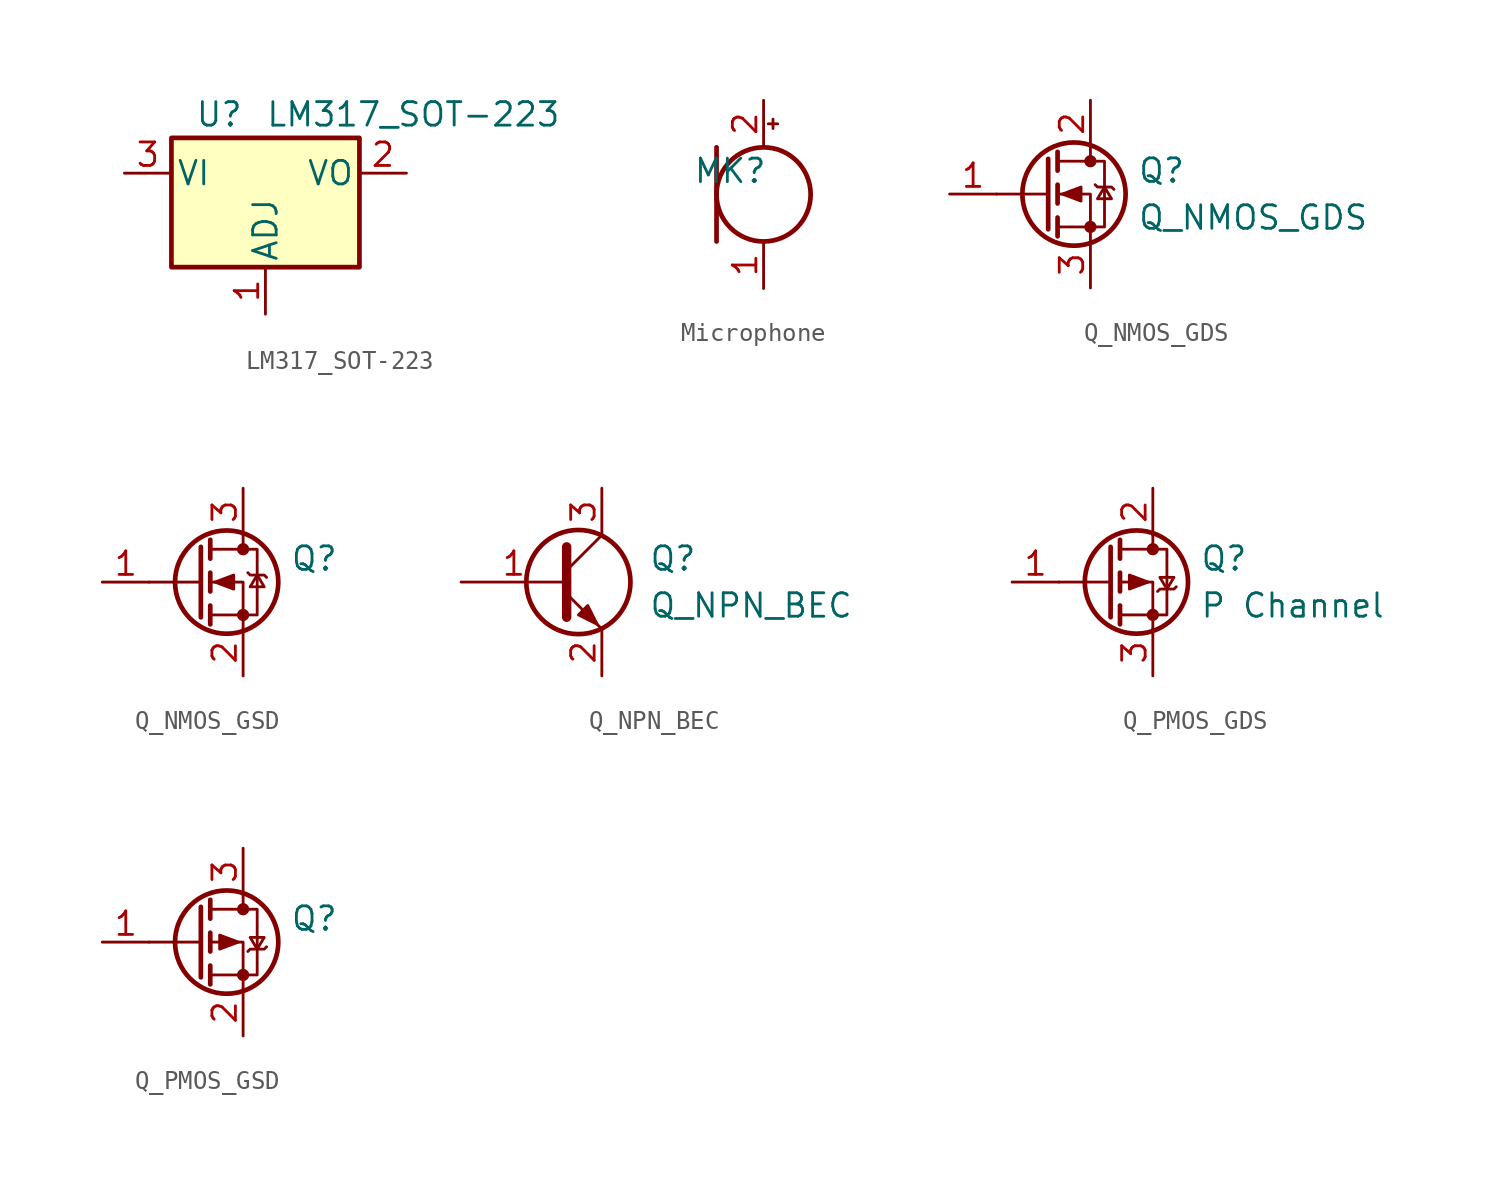
<source format=kicad_sym>
(kicad_symbol_lib
  (version 20220914)
  (generator kicad_symbol_editor)
  (symbol "LM317_SOT-223"
    (pin_names
      (offset 0.254))
    (property "Reference" "U"
      (at -3.81 3.175 0)
      (effects (font (size 1.27 1.27)) (justify left)))
    (property "Value" "LM317_SOT-223"
      (at 0 3.175 0)
      (effects (font (size 1.27 1.27)) (justify left)))
    (property "Manufacturer" ""
      (at 0 0 0)
      (effects (font (size 1.27 1.27)) (justify left)))
    (property "Manufacturer Part Number" ""
      (at 0 0 0)
      (effects (font (size 1.27 1.27)) (justify left)))
    (symbol "LM317_SOT-223_0_1"
      (rectangle (start -5.08 1.905) (end 5.08 -5.08) (stroke (width 0.254) (type default)) (fill (type background))))
    (symbol "LM317_SOT-223_1_1"
      (pin input line (at 0 -7.62 90) (length 2.54) (name "ADJ" (effects (font (size 1.27 1.27)))) (number "1" (effects (font (size 1.27 1.27)))))
      (pin power_out line (at 7.62 0 180) (length 2.54) (name "VO" (effects (font (size 1.27 1.27)))) (number "2" (effects (font (size 1.27 1.27)))))
      (pin power_in line (at -7.62 0 0) (length 2.54) (name "VI" (effects (font (size 1.27 1.27)))) (number "3" (effects (font (size 1.27 1.27)))))))
  (symbol "Microphone"
    (pin_names
      (offset 0.025) hide)
    (property "Reference" "MK"
      (at -3.81 1.27 0)
      (effects (font (size 1.27 1.27)) (justify left)))
    (property "Manufacturer" ""
      (at 0 0 0)
      (effects (font (size 1.27 1.27))))
    (property "Manufacturer Part Number" ""
      (at 0 0 0)
      (effects (font (size 1.27 1.27))))
    (symbol "Microphone_0_1"
      (polyline (pts (xy -2.54 2.54) (xy -2.54 -2.54)) (stroke (width 0.254) (type default)) (fill (type none)))
      (polyline (pts (xy 0.254 3.81) (xy 0.762 3.81)) (stroke (width 0) (type default)) (fill (type none)))
      (polyline (pts (xy 0.508 4.064) (xy 0.508 3.556)) (stroke (width 0) (type default)) (fill (type none)))
      (circle (center 0 0) (radius 2.54) (stroke (width 0.254) (type default)) (fill (type none))))
    (symbol "Microphone_1_1"
      (pin passive line (at 0 -5.08 90) (length 2.54) (name "-" (effects (font (size 1.27 1.27)))) (number "1" (effects (font (size 1.27 1.27)))))
      (pin passive line (at 0 5.08 270) (length 2.54) (name "+" (effects (font (size 1.27 1.27)))) (number "2" (effects (font (size 1.27 1.27)))))))
  (symbol "Q_NMOS_GDS"
    (pin_names
      (offset 0) hide)
    (property "Reference" "Q"
      (at 5.08 1.27 0)
      (effects (font (size 1.27 1.27)) (justify left)))
    (property "Value" "Q_NMOS_GDS"
      (at 5.08 -1.27 0)
      (effects (font (size 1.27 1.27)) (justify left)))
    (property "Current" ""
      (at 0 0 0)
      (effects (font (size 1.27 1.27)) (justify left)))
    (symbol "Q_NMOS_GDS_0_1"
      (polyline (pts (xy 0.254 0) (xy -2.54 0)) (stroke (width 0) (type default)) (fill (type none)))
      (polyline (pts (xy 0.254 1.905) (xy 0.254 -1.905)) (stroke (width 0.254) (type default)) (fill (type none)))
      (polyline (pts (xy 0.762 -1.27) (xy 0.762 -2.286)) (stroke (width 0.254) (type default)) (fill (type none)))
      (polyline (pts (xy 0.762 0.508) (xy 0.762 -0.508)) (stroke (width 0.254) (type default)) (fill (type none)))
      (polyline (pts (xy 0.762 2.286) (xy 0.762 1.27)) (stroke (width 0.254) (type default)) (fill (type none)))
      (polyline (pts (xy 2.54 2.54) (xy 2.54 1.778)) (stroke (width 0) (type default)) (fill (type none)))
      (polyline (pts (xy 2.54 -2.54) (xy 2.54 0) (xy 0.762 0)) (stroke (width 0) (type default)) (fill (type none)))
      (polyline (pts (xy 0.762 -1.778) (xy 3.302 -1.778) (xy 3.302 1.778) (xy 0.762 1.778)) (stroke (width 0) (type default)) (fill (type none)))
      (polyline (pts (xy 1.016 0) (xy 2.032 0.381) (xy 2.032 -0.381) (xy 1.016 0)) (stroke (width 0) (type default)) (fill (type outline)))
      (polyline (pts (xy 2.794 0.508) (xy 2.921 0.381) (xy 3.683 0.381) (xy 3.81 0.254)) (stroke (width 0) (type default)) (fill (type none)))
      (polyline (pts (xy 3.302 0.381) (xy 2.921 -0.254) (xy 3.683 -0.254) (xy 3.302 0.381)) (stroke (width 0) (type default)) (fill (type none)))
      (circle (center 1.651 0) (radius 2.794) (stroke (width 0.254) (type default)) (fill (type none)))
      (circle (center 2.54 -1.778) (radius 0.254) (stroke (width 0) (type default)) (fill (type outline)))
      (circle (center 2.54 1.778) (radius 0.254) (stroke (width 0) (type default)) (fill (type outline))))
    (symbol "Q_NMOS_GDS_1_1"
      (pin input line (at -5.08 0 0) (length 2.54) (name "G" (effects (font (size 1.27 1.27)))) (number "1" (effects (font (size 1.27 1.27)))))
      (pin passive line (at 2.54 5.08 270) (length 2.54) (name "D" (effects (font (size 1.27 1.27)))) (number "2" (effects (font (size 1.27 1.27)))))
      (pin passive line (at 2.54 -5.08 90) (length 2.54) (name "S" (effects (font (size 1.27 1.27)))) (number "3" (effects (font (size 1.27 1.27)))))))
  (symbol "Q_NMOS_GSD"
    (pin_names
      (offset 0) hide)
    (property "Reference" "Q"
      (at 5.08 1.27 0)
      (effects (font (size 1.27 1.27)) (justify left)))
    (property "Manufacturer" ""
      (at 0 0 0)
      (effects (font (size 1.27 1.27)) (justify left)))
    (property "Manufacturer Part Number" ""
      (at 0 0 0)
      (effects (font (size 1.27 1.27)) (justify left)))
    (symbol "Q_NMOS_GSD_0_1"
      (polyline (pts (xy 0.254 0) (xy -2.54 0)) (stroke (width 0) (type default)) (fill (type none)))
      (polyline (pts (xy 0.254 1.905) (xy 0.254 -1.905)) (stroke (width 0.254) (type default)) (fill (type none)))
      (polyline (pts (xy 0.762 -1.27) (xy 0.762 -2.286)) (stroke (width 0.254) (type default)) (fill (type none)))
      (polyline (pts (xy 0.762 0.508) (xy 0.762 -0.508)) (stroke (width 0.254) (type default)) (fill (type none)))
      (polyline (pts (xy 0.762 2.286) (xy 0.762 1.27)) (stroke (width 0.254) (type default)) (fill (type none)))
      (polyline (pts (xy 2.54 2.54) (xy 2.54 1.778)) (stroke (width 0) (type default)) (fill (type none)))
      (polyline (pts (xy 2.54 -2.54) (xy 2.54 0) (xy 0.762 0)) (stroke (width 0) (type default)) (fill (type none)))
      (polyline (pts (xy 0.762 -1.778) (xy 3.302 -1.778) (xy 3.302 1.778) (xy 0.762 1.778)) (stroke (width 0) (type default)) (fill (type none)))
      (polyline (pts (xy 1.016 0) (xy 2.032 0.381) (xy 2.032 -0.381) (xy 1.016 0)) (stroke (width 0) (type default)) (fill (type outline)))
      (polyline (pts (xy 2.794 0.508) (xy 2.921 0.381) (xy 3.683 0.381) (xy 3.81 0.254)) (stroke (width 0) (type default)) (fill (type none)))
      (polyline (pts (xy 3.302 0.381) (xy 2.921 -0.254) (xy 3.683 -0.254) (xy 3.302 0.381)) (stroke (width 0) (type default)) (fill (type none)))
      (circle (center 1.651 0) (radius 2.794) (stroke (width 0.254) (type default)) (fill (type none)))
      (circle (center 2.54 -1.778) (radius 0.254) (stroke (width 0) (type default)) (fill (type outline)))
      (circle (center 2.54 1.778) (radius 0.254) (stroke (width 0) (type default)) (fill (type outline))))
    (symbol "Q_NMOS_GSD_1_1"
      (pin input line (at -5.08 0 0) (length 2.54) (name "G" (effects (font (size 1.27 1.27)))) (number "1" (effects (font (size 1.27 1.27)))))
      (pin passive line (at 2.54 -5.08 90) (length 2.54) (name "S" (effects (font (size 1.27 1.27)))) (number "2" (effects (font (size 1.27 1.27)))))
      (pin passive line (at 2.54 5.08 270) (length 2.54) (name "D" (effects (font (size 1.27 1.27)))) (number "3" (effects (font (size 1.27 1.27)))))))
  (symbol "Q_NPN_BEC"
    (pin_names
      (offset 0) hide)
    (property "Reference" "Q"
      (at 5.08 1.27 0)
      (effects (font (size 1.27 1.27)) (justify left)))
    (property "Value" "Q_NPN_BEC"
      (at 5.08 -1.27 0)
      (effects (font (size 1.27 1.27)) (justify left)))
    (property "Current" ""
      (at 0 0 0)
      (effects (font (size 1.27 1.27)) (justify left)))
    (property "Break Down Voltage" ""
      (at 0 0 0)
      (effects (font (size 1.27 1.27)) (justify left)))
    (symbol "Q_NPN_BEC_0_1"
      (polyline (pts (xy 0.635 0.635) (xy 2.54 2.54)) (stroke (width 0) (type default)) (fill (type none)))
      (polyline (pts (xy 0.635 -0.635) (xy 2.54 -2.54) (xy 2.54 -2.54)) (stroke (width 0) (type default)) (fill (type none)))
      (polyline (pts (xy 0.635 1.905) (xy 0.635 -1.905) (xy 0.635 -1.905)) (stroke (width 0.508) (type default)) (fill (type none)))
      (polyline (pts (xy 1.27 -1.778) (xy 1.778 -1.27) (xy 2.286 -2.286) (xy 1.27 -1.778) (xy 1.27 -1.778)) (stroke (width 0) (type default)) (fill (type outline)))
      (circle (center 1.27 0) (radius 2.819) (stroke (width 0.254) (type default)) (fill (type none))))
    (symbol "Q_NPN_BEC_1_1"
      (pin input line (at -5.08 0 0) (length 5.715) (name "B" (effects (font (size 1.27 1.27)))) (number "1" (effects (font (size 1.27 1.27)))))
      (pin passive line (at 2.54 -5.08 90) (length 2.54) (name "E" (effects (font (size 1.27 1.27)))) (number "2" (effects (font (size 1.27 1.27)))))
      (pin passive line (at 2.54 5.08 270) (length 2.54) (name "C" (effects (font (size 1.27 1.27)))) (number "3" (effects (font (size 1.27 1.27)))))))
  (symbol "Q_PMOS_GDS"
    (pin_names
      (offset 0) hide)
    (property "Reference" "Q"
      (at 5.08 1.27 0)
      (effects (font (size 1.27 1.27)) (justify left)))
    (property "Value" "P Channel"
      (at 5.08 -1.27 0)
      (effects (font (size 1.27 1.27)) (justify left)))
    (property "Current" ""
      (at 0 0 0)
      (effects (font (size 1.27 1.27)) (justify left)))
    (symbol "Q_PMOS_GDS_0_1"
      (polyline (pts (xy 0.254 0) (xy -2.54 0)) (stroke (width 0) (type default)) (fill (type none)))
      (polyline (pts (xy 0.254 1.905) (xy 0.254 -1.905)) (stroke (width 0.254) (type default)) (fill (type none)))
      (polyline (pts (xy 0.762 -1.27) (xy 0.762 -2.286)) (stroke (width 0.254) (type default)) (fill (type none)))
      (polyline (pts (xy 0.762 0.508) (xy 0.762 -0.508)) (stroke (width 0.254) (type default)) (fill (type none)))
      (polyline (pts (xy 0.762 2.286) (xy 0.762 1.27)) (stroke (width 0.254) (type default)) (fill (type none)))
      (polyline (pts (xy 2.54 2.54) (xy 2.54 1.778)) (stroke (width 0) (type default)) (fill (type none)))
      (polyline (pts (xy 2.54 -2.54) (xy 2.54 0) (xy 0.762 0)) (stroke (width 0) (type default)) (fill (type none)))
      (polyline (pts (xy 0.762 1.778) (xy 3.302 1.778) (xy 3.302 -1.778) (xy 0.762 -1.778)) (stroke (width 0) (type default)) (fill (type none)))
      (polyline (pts (xy 2.286 0) (xy 1.27 0.381) (xy 1.27 -0.381) (xy 2.286 0)) (stroke (width 0) (type default)) (fill (type outline)))
      (polyline (pts (xy 2.794 -0.508) (xy 2.921 -0.381) (xy 3.683 -0.381) (xy 3.81 -0.254)) (stroke (width 0) (type default)) (fill (type none)))
      (polyline (pts (xy 3.302 -0.381) (xy 2.921 0.254) (xy 3.683 0.254) (xy 3.302 -0.381)) (stroke (width 0) (type default)) (fill (type none)))
      (circle (center 1.651 0) (radius 2.794) (stroke (width 0.254) (type default)) (fill (type none)))
      (circle (center 2.54 -1.778) (radius 0.254) (stroke (width 0) (type default)) (fill (type outline)))
      (circle (center 2.54 1.778) (radius 0.254) (stroke (width 0) (type default)) (fill (type outline))))
    (symbol "Q_PMOS_GDS_1_1"
      (pin input line (at -5.08 0 0) (length 2.54) (name "G" (effects (font (size 1.27 1.27)))) (number "1" (effects (font (size 1.27 1.27)))))
      (pin passive line (at 2.54 5.08 270) (length 2.54) (name "D" (effects (font (size 1.27 1.27)))) (number "2" (effects (font (size 1.27 1.27)))))
      (pin passive line (at 2.54 -5.08 90) (length 2.54) (name "S" (effects (font (size 1.27 1.27)))) (number "3" (effects (font (size 1.27 1.27)))))))
  (symbol "Q_PMOS_GSD"
    (pin_names
      (offset 0) hide)
    (property "Reference" "Q"
      (at 5.08 1.27 0)
      (effects (font (size 1.27 1.27)) (justify left)))
    (property "Manufacturer" ""
      (at 0 0 0)
      (effects (font (size 1.27 1.27)) (justify left)))
    (property "Manufacturer Part Number" ""
      (at 0 0 0)
      (effects (font (size 1.27 1.27)) (justify left)))
    (symbol "Q_PMOS_GSD_0_1"
      (polyline (pts (xy 0.254 0) (xy -2.54 0)) (stroke (width 0) (type default)) (fill (type none)))
      (polyline (pts (xy 0.254 1.905) (xy 0.254 -1.905)) (stroke (width 0.254) (type default)) (fill (type none)))
      (polyline (pts (xy 0.762 -1.27) (xy 0.762 -2.286)) (stroke (width 0.254) (type default)) (fill (type none)))
      (polyline (pts (xy 0.762 0.508) (xy 0.762 -0.508)) (stroke (width 0.254) (type default)) (fill (type none)))
      (polyline (pts (xy 0.762 2.286) (xy 0.762 1.27)) (stroke (width 0.254) (type default)) (fill (type none)))
      (polyline (pts (xy 2.54 2.54) (xy 2.54 1.778)) (stroke (width 0) (type default)) (fill (type none)))
      (polyline (pts (xy 2.54 -2.54) (xy 2.54 0) (xy 0.762 0)) (stroke (width 0) (type default)) (fill (type none)))
      (polyline (pts (xy 0.762 1.778) (xy 3.302 1.778) (xy 3.302 -1.778) (xy 0.762 -1.778)) (stroke (width 0) (type default)) (fill (type none)))
      (polyline (pts (xy 2.286 0) (xy 1.27 0.381) (xy 1.27 -0.381) (xy 2.286 0)) (stroke (width 0) (type default)) (fill (type outline)))
      (polyline (pts (xy 2.794 -0.508) (xy 2.921 -0.381) (xy 3.683 -0.381) (xy 3.81 -0.254)) (stroke (width 0) (type default)) (fill (type none)))
      (polyline (pts (xy 3.302 -0.381) (xy 2.921 0.254) (xy 3.683 0.254) (xy 3.302 -0.381)) (stroke (width 0) (type default)) (fill (type none)))
      (circle (center 1.651 0) (radius 2.794) (stroke (width 0.254) (type default)) (fill (type none)))
      (circle (center 2.54 -1.778) (radius 0.254) (stroke (width 0) (type default)) (fill (type outline)))
      (circle (center 2.54 1.778) (radius 0.254) (stroke (width 0) (type default)) (fill (type outline))))
    (symbol "Q_PMOS_GSD_1_1"
      (pin input line (at -5.08 0 0) (length 2.54) (name "G" (effects (font (size 1.27 1.27)))) (number "1" (effects (font (size 1.27 1.27)))))
      (pin passive line (at 2.54 -5.08 90) (length 2.54) (name "S" (effects (font (size 1.27 1.27)))) (number "2" (effects (font (size 1.27 1.27)))))
      (pin passive line (at 2.54 5.08 270) (length 2.54) (name "D" (effects (font (size 1.27 1.27)))) (number "3" (effects (font (size 1.27 1.27))))))))
</source>
